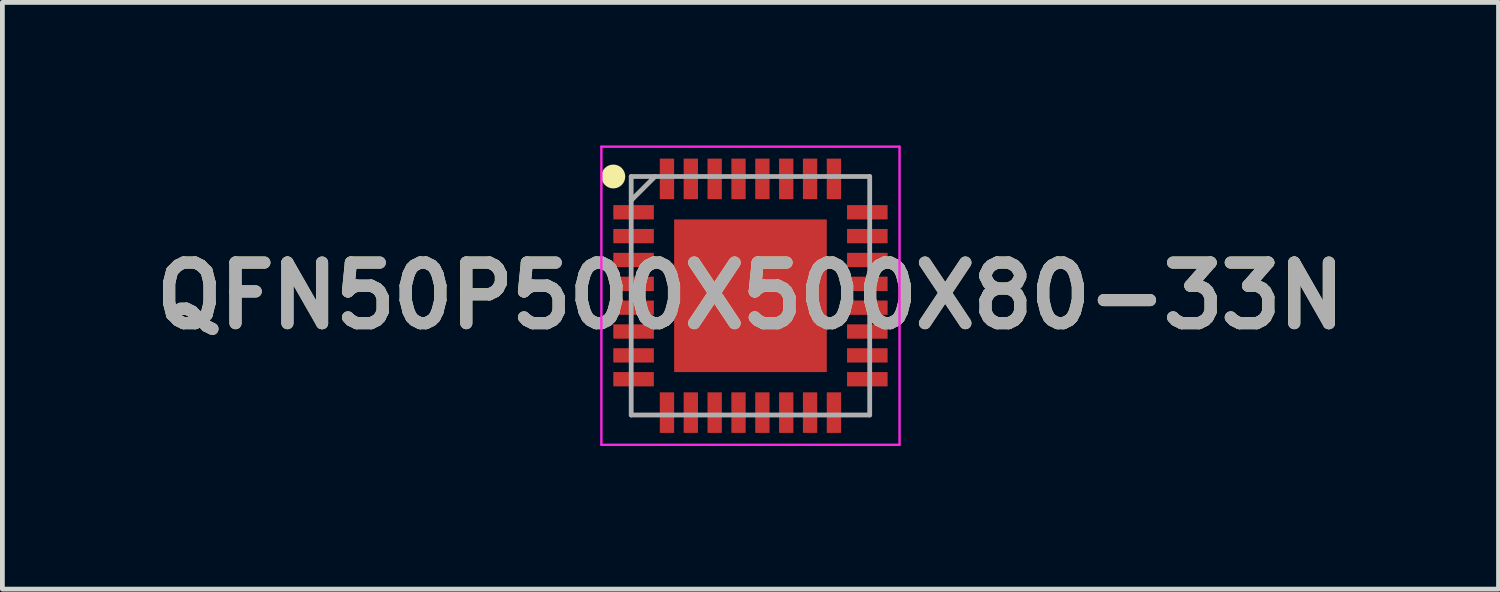
<source format=kicad_pcb>
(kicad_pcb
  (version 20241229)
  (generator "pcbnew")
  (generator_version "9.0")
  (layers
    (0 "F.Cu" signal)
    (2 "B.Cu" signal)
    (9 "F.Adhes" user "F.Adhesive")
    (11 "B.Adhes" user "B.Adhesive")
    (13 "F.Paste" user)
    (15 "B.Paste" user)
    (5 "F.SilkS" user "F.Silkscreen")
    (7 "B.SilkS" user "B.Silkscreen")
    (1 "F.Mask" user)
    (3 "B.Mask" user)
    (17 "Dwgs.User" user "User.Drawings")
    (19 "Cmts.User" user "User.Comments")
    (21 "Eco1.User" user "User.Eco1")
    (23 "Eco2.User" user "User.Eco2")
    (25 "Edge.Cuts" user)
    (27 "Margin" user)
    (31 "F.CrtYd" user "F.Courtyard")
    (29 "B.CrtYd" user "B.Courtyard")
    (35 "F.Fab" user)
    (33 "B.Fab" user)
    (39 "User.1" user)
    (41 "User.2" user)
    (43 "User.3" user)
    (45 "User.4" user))
  (footprint "QFN50P500X500X80-33N"
    (layer "F.Cu")
    (at 12.682 3.15)
    (property "Reference" "QFN50P500X500X80-33N" (at 0 0 0) (layer "F.SilkS") (effects (font (size 1.27 1.27) (thickness 0.254))))
    (attr smd)
    (fp_circle (center -2.875 -2.5) (end -2.875 -2.375) (stroke (width 0.25) (type solid)) (fill no) (layer "F.SilkS"))
    (fp_line (start -3.125 -3.125) (end 3.125 -3.125) (stroke (width 0.05) (type solid)) (layer "F.CrtYd"))
    (fp_line (start -3.125 3.125) (end -3.125 -3.125) (stroke (width 0.05) (type solid)) (layer "F.CrtYd"))
    (fp_line (start 3.125 -3.125) (end 3.125 3.125) (stroke (width 0.05) (type solid)) (layer "F.CrtYd"))
    (fp_line (start 3.125 3.125) (end -3.125 3.125) (stroke (width 0.05) (type solid)) (layer "F.CrtYd"))
    (fp_line (start -2.5 -2.5) (end 2.5 -2.5) (stroke (width 0.1) (type solid)) (layer "F.Fab"))
    (fp_line (start -2.5 -2) (end -2 -2.5) (stroke (width 0.1) (type solid)) (layer "F.Fab"))
    (fp_line (start -2.5 2.5) (end -2.5 -2.5) (stroke (width 0.1) (type solid)) (layer "F.Fab"))
    (fp_line (start 2.5 -2.5) (end 2.5 2.5) (stroke (width 0.1) (type solid)) (layer "F.Fab"))
    (fp_line (start 2.5 2.5) (end -2.5 2.5) (stroke (width 0.1) (type solid)) (layer "F.Fab"))
    (fp_text user "${REFERENCE}" (at 0 0 0) (layer "F.Fab") (effects (font (size 1.27 1.27) (thickness 0.254))))
    (pad "1" smd rect (at -2.45 -1.75 90) (size 0.3 0.85) (layers "F.Cu" "F.Mask" "F.Paste"))
    (pad "2" smd rect (at -2.45 -1.25 90) (size 0.3 0.85) (layers "F.Cu" "F.Mask" "F.Paste"))
    (pad "3" smd rect (at -2.45 -0.75 90) (size 0.3 0.85) (layers "F.Cu" "F.Mask" "F.Paste"))
    (pad "4" smd rect (at -2.45 -0.25 90) (size 0.3 0.85) (layers "F.Cu" "F.Mask" "F.Paste"))
    (pad "5" smd rect (at -2.45 0.25 90) (size 0.3 0.85) (layers "F.Cu" "F.Mask" "F.Paste"))
    (pad "6" smd rect (at -2.45 0.75 90) (size 0.3 0.85) (layers "F.Cu" "F.Mask" "F.Paste"))
    (pad "7" smd rect (at -2.45 1.25 90) (size 0.3 0.85) (layers "F.Cu" "F.Mask" "F.Paste"))
    (pad "8" smd rect (at -2.45 1.75 90) (size 0.3 0.85) (layers "F.Cu" "F.Mask" "F.Paste"))
    (pad "9" smd rect (at -1.75 2.45) (size 0.3 0.85) (layers "F.Cu" "F.Mask" "F.Paste"))
    (pad "10" smd rect (at -1.25 2.45) (size 0.3 0.85) (layers "F.Cu" "F.Mask" "F.Paste"))
    (pad "11" smd rect (at -0.75 2.45) (size 0.3 0.85) (layers "F.Cu" "F.Mask" "F.Paste"))
    (pad "12" smd rect (at -0.25 2.45) (size 0.3 0.85) (layers "F.Cu" "F.Mask" "F.Paste"))
    (pad "13" smd rect (at 0.25 2.45) (size 0.3 0.85) (layers "F.Cu" "F.Mask" "F.Paste"))
    (pad "14" smd rect (at 0.75 2.45) (size 0.3 0.85) (layers "F.Cu" "F.Mask" "F.Paste"))
    (pad "15" smd rect (at 1.25 2.45) (size 0.3 0.85) (layers "F.Cu" "F.Mask" "F.Paste"))
    (pad "16" smd rect (at 1.75 2.45) (size 0.3 0.85) (layers "F.Cu" "F.Mask" "F.Paste"))
    (pad "17" smd rect (at 2.45 1.75 90) (size 0.3 0.85) (layers "F.Cu" "F.Mask" "F.Paste"))
    (pad "18" smd rect (at 2.45 1.25 90) (size 0.3 0.85) (layers "F.Cu" "F.Mask" "F.Paste"))
    (pad "19" smd rect (at 2.45 0.75 90) (size 0.3 0.85) (layers "F.Cu" "F.Mask" "F.Paste"))
    (pad "20" smd rect (at 2.45 0.25 90) (size 0.3 0.85) (layers "F.Cu" "F.Mask" "F.Paste"))
    (pad "21" smd rect (at 2.45 -0.25 90) (size 0.3 0.85) (layers "F.Cu" "F.Mask" "F.Paste"))
    (pad "22" smd rect (at 2.45 -0.75 90) (size 0.3 0.85) (layers "F.Cu" "F.Mask" "F.Paste"))
    (pad "23" smd rect (at 2.45 -1.25 90) (size 0.3 0.85) (layers "F.Cu" "F.Mask" "F.Paste"))
    (pad "24" smd rect (at 2.45 -1.75 90) (size 0.3 0.85) (layers "F.Cu" "F.Mask" "F.Paste"))
    (pad "25" smd rect (at 1.75 -2.45) (size 0.3 0.85) (layers "F.Cu" "F.Mask" "F.Paste"))
    (pad "26" smd rect (at 1.25 -2.45) (size 0.3 0.85) (layers "F.Cu" "F.Mask" "F.Paste"))
    (pad "27" smd rect (at 0.75 -2.45) (size 0.3 0.85) (layers "F.Cu" "F.Mask" "F.Paste"))
    (pad "28" smd rect (at 0.25 -2.45) (size 0.3 0.85) (layers "F.Cu" "F.Mask" "F.Paste"))
    (pad "29" smd rect (at -0.25 -2.45) (size 0.3 0.85) (layers "F.Cu" "F.Mask" "F.Paste"))
    (pad "30" smd rect (at -0.75 -2.45) (size 0.3 0.85) (layers "F.Cu" "F.Mask" "F.Paste"))
    (pad "31" smd rect (at -1.25 -2.45) (size 0.3 0.85) (layers "F.Cu" "F.Mask" "F.Paste"))
    (pad "32" smd rect (at -1.75 -2.45) (size 0.3 0.85) (layers "F.Cu" "F.Mask" "F.Paste"))
    (pad "33" smd rect (at 0 0) (size 3.2 3.2) (layers "F.Cu" "F.Mask" "F.Paste")))
  (gr_rect
    (start -3 -3)
    (end 28.364 9.3)
    (stroke (width 0.1) (type default))
    (fill no)
    (layer "Edge.Cuts")))
</source>
